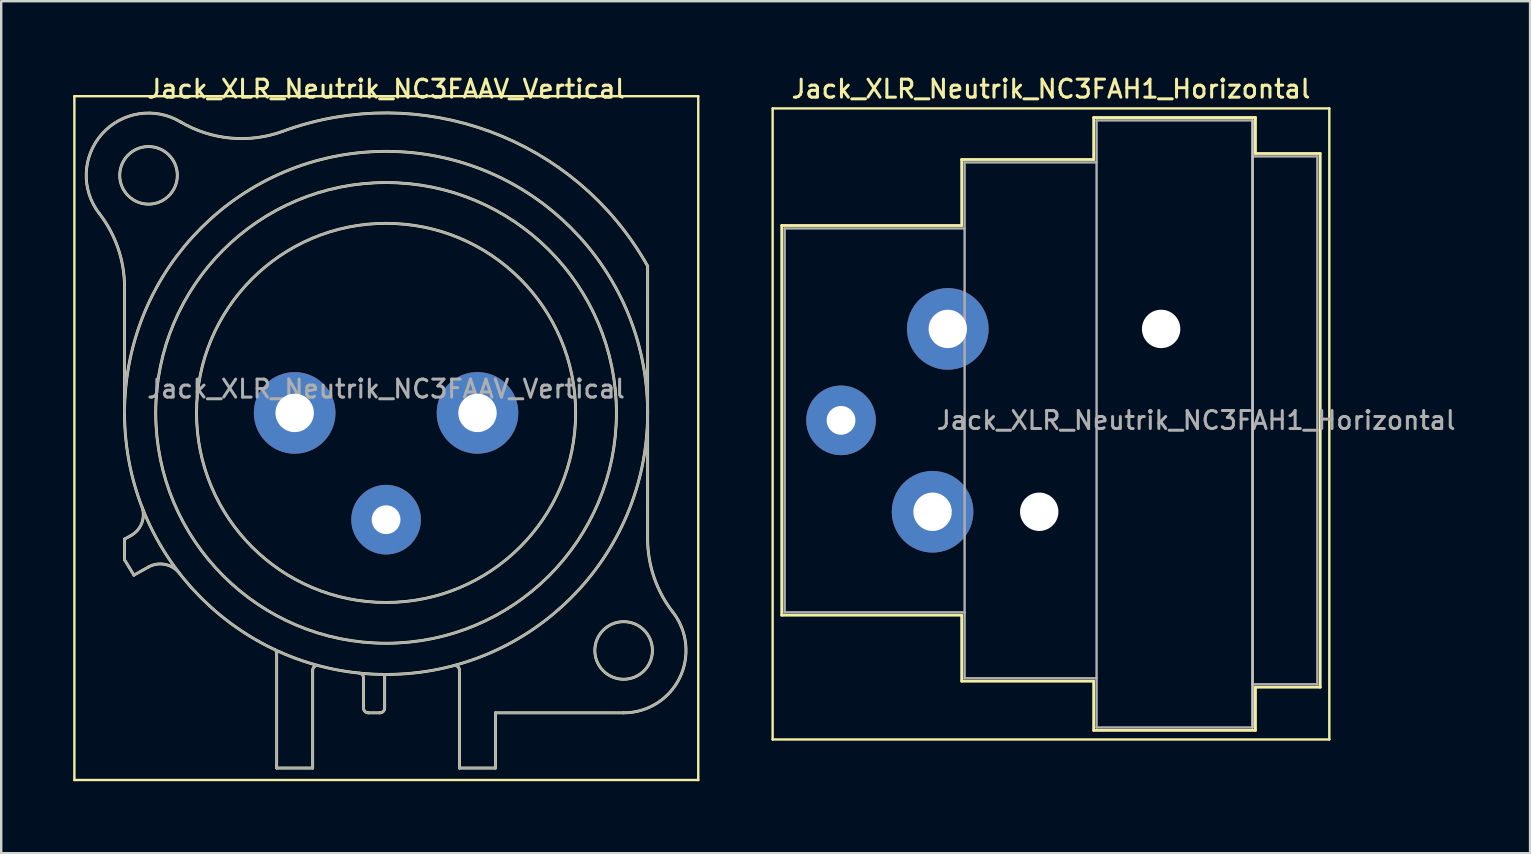
<source format=kicad_pcb>
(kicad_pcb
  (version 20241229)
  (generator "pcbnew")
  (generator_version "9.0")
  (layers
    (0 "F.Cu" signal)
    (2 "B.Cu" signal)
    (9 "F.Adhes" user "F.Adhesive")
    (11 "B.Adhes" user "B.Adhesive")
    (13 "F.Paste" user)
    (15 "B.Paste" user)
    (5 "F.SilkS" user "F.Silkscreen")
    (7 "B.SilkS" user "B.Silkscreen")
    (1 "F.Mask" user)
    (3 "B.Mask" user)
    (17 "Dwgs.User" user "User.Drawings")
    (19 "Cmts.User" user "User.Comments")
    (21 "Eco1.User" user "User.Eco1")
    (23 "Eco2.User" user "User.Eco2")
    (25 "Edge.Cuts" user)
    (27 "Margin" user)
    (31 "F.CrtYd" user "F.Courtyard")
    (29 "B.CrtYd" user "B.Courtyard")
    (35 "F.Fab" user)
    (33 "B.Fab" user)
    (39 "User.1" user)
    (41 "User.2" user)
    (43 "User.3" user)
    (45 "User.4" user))
  (footprint "Jack_XLR_Neutrik_NC3FAH1_Horizontal"
    (layer "F.Cu")
    (at 36.45 10.658)
    (property "Reference" "Jack_XLR_Neutrik_NC3FAH1_Horizontal" (at 4.3 -10 0) (layer "F.SilkS") (effects (font (size 0.75 0.75) (thickness 0.125))))
    (attr through_hole)
    (fp_line (start -7.3 -9.19) (end -7.3 17.11) (stroke (width 0.1) (type solid)) (layer "F.SilkS"))
    (fp_line (start -6.92 -4.31) (end -6.92 11.93) (stroke (width 0.12) (type solid)) (layer "F.SilkS"))
    (fp_line (start 0.58 -7.06) (end 0.58 -4.31) (stroke (width 0.12) (type solid)) (layer "F.SilkS"))
    (fp_line (start 0.58 -4.31) (end -6.92 -4.31) (stroke (width 0.12) (type solid)) (layer "F.SilkS"))
    (fp_line (start 0.58 11.93) (end -6.92 11.93) (stroke (width 0.12) (type solid)) (layer "F.SilkS"))
    (fp_line (start 0.58 11.93) (end 0.58 14.68) (stroke (width 0.12) (type solid)) (layer "F.SilkS"))
    (fp_line (start 6.08 -7.06) (end 0.58 -7.06) (stroke (width 0.12) (type solid)) (layer "F.SilkS"))
    (fp_line (start 6.08 -7.06) (end 6.08 -8.81) (stroke (width 0.12) (type solid)) (layer "F.SilkS"))
    (fp_line (start 6.08 14.68) (end 0.58 14.68) (stroke (width 0.12) (type solid)) (layer "F.SilkS"))
    (fp_line (start 6.08 16.73) (end 6.08 14.68) (stroke (width 0.12) (type solid)) (layer "F.SilkS"))
    (fp_line (start 12.82 -8.81) (end 6.08 -8.81) (stroke (width 0.12) (type solid)) (layer "F.SilkS"))
    (fp_line (start 12.82 -8.81) (end 12.82 -7.31) (stroke (width 0.12) (type solid)) (layer "F.SilkS"))
    (fp_line (start 12.82 -7.31) (end 15.52 -7.31) (stroke (width 0.12) (type solid)) (layer "F.SilkS"))
    (fp_line (start 12.82 14.93) (end 12.82 16.73) (stroke (width 0.12) (type solid)) (layer "F.SilkS"))
    (fp_line (start 12.82 14.93) (end 15.52 14.93) (stroke (width 0.12) (type solid)) (layer "F.SilkS"))
    (fp_line (start 12.82 16.73) (end 6.08 16.73) (stroke (width 0.12) (type solid)) (layer "F.SilkS"))
    (fp_line (start 15.52 -7.31) (end 15.52 14.93) (stroke (width 0.12) (type solid)) (layer "F.SilkS"))
    (fp_line (start 15.9 -9.19) (end -7.3 -9.19) (stroke (width 0.1) (type solid)) (layer "F.SilkS"))
    (fp_line (start 15.9 -9.19) (end 15.9 17.11) (stroke (width 0.1) (type solid)) (layer "F.SilkS"))
    (fp_line (start 15.9 17.11) (end -7.3 17.11) (stroke (width 0.1) (type solid)) (layer "F.SilkS"))
    (fp_line (start 12.7 -8.69) (end 12.7 16.61) (stroke (width 0.1) (type solid)) (layer "Dwgs.User"))
    (fp_line (start -6.8 -4.19) (end -6.8 11.81) (stroke (width 0.1) (type solid)) (layer "F.Fab"))
    (fp_line (start -6.8 11.81) (end 0.7 11.81) (stroke (width 0.1) (type solid)) (layer "F.Fab"))
    (fp_line (start 0.7 -6.94) (end 0.7 14.56) (stroke (width 0.1) (type solid)) (layer "F.Fab"))
    (fp_line (start 0.7 -4.19) (end -6.8 -4.19) (stroke (width 0.1) (type solid)) (layer "F.Fab"))
    (fp_line (start 0.7 14.56) (end 6.2 14.56) (stroke (width 0.1) (type solid)) (layer "F.Fab"))
    (fp_line (start 6.2 -8.69) (end 12.7 -8.69) (stroke (width 0.1) (type solid)) (layer "F.Fab"))
    (fp_line (start 6.2 -6.94) (end 0.7 -6.94) (stroke (width 0.1) (type solid)) (layer "F.Fab"))
    (fp_line (start 6.2 16.61) (end 6.2 -8.69) (stroke (width 0.1) (type solid)) (layer "F.Fab"))
    (fp_line (start 12.7 -8.69) (end 12.7 16.61) (stroke (width 0.1) (type solid)) (layer "F.Fab"))
    (fp_line (start 12.7 -7.19) (end 15.4 -7.19) (stroke (width 0.1) (type solid)) (layer "F.Fab"))
    (fp_line (start 12.7 16.61) (end 6.2 16.61) (stroke (width 0.1) (type solid)) (layer "F.Fab"))
    (fp_line (start 15.4 -7.19) (end 15.4 14.81) (stroke (width 0.1) (type solid)) (layer "F.Fab"))
    (fp_line (start 15.4 14.81) (end 12.7 14.81) (stroke (width 0.1) (type solid)) (layer "F.Fab"))
    (fp_text user "${REFERENCE}" (at 10.35 3.81 0) (layer "F.Fab") (effects (font (size 0.75 0.75) (thickness 0.125))))
    (pad "" np_thru_hole circle (at 3.81 7.62) (size 1.6 1.6) (drill 1.6) (layers "*.Cu" "*.Mask"))
    (pad "" np_thru_hole circle (at 8.89 0) (size 1.6 1.6) (drill 1.6) (layers "*.Cu" "*.Mask"))
    (pad "1" thru_hole circle (at 0 0) (size 3.4 3.4) (drill 1.6) (layers "*.Cu" "*.Mask"))
    (pad "2" thru_hole circle (at -0.635 7.62) (size 3.4 3.4) (drill 1.6) (layers "*.Cu" "*.Mask"))
    (pad "3" thru_hole circle (at -4.45 3.81) (size 2.9 2.9) (drill 1.2) (layers "*.Cu" "*.Mask")))
  (footprint "Jack_XLR_Neutrik_NC3FAAV_Vertical"
    (layer "F.Cu")
    (at 16.85 14.158)
    (property "Reference" "Jack_XLR_Neutrik_NC3FAAV_Vertical" (at -3.81 -13.5 0) (layer "F.SilkS") (effects (font (size 0.75 0.75) (thickness 0.125))))
    (attr through_hole)
    (fp_line (start -16.8 -13.2) (end 9.2 -13.2) (stroke (width 0.1) (type solid)) (layer "F.SilkS"))
    (fp_line (start -16.8 15.3) (end -16.8 -13.2) (stroke (width 0.1) (type solid)) (layer "F.SilkS"))
    (fp_line (start -14.71 0) (end -14.71 -5.24) (stroke (width 0.12) (type solid)) (layer "F.SilkS"))
    (fp_line (start -14.71 5.26) (end -14.44 5.11) (stroke (width 0.12) (type solid)) (layer "F.SilkS"))
    (fp_line (start -14.71 6.12) (end -14.71 5.26) (stroke (width 0.12) (type solid)) (layer "F.SilkS"))
    (fp_line (start -14.32 6.76) (end -14.71 6.12) (stroke (width 0.12) (type solid)) (layer "F.SilkS"))
    (fp_line (start -13.71 6.42) (end -14.32 6.76) (stroke (width 0.12) (type solid)) (layer "F.SilkS"))
    (fp_line (start -8.37 10.03) (end -8.37 14.8) (stroke (width 0.12) (type solid)) (layer "F.SilkS"))
    (fp_line (start -6.87 14.8) (end -8.37 14.8) (stroke (width 0.12) (type solid)) (layer "F.SilkS"))
    (fp_line (start -6.87 14.8) (end -6.87 10.73) (stroke (width 0.12) (type solid)) (layer "F.SilkS"))
    (fp_line (start -4.75 11.04) (end -4.75 12.3) (stroke (width 0.12) (type solid)) (layer "F.SilkS"))
    (fp_line (start -4.07 12.5) (end -4.55 12.5) (stroke (width 0.12) (type solid)) (layer "F.SilkS"))
    (fp_line (start -3.87 10.9) (end -3.87 12.3) (stroke (width 0.12) (type solid)) (layer "F.SilkS"))
    (fp_line (start -0.75 10.73) (end -0.75 10.73) (stroke (width 0.12) (type solid)) (layer "F.SilkS"))
    (fp_line (start -0.75 14.8) (end -0.75 10.73) (stroke (width 0.12) (type solid)) (layer "F.SilkS"))
    (fp_line (start 0.75 12.5) (end 6.09 12.5) (stroke (width 0.12) (type solid)) (layer "F.SilkS"))
    (fp_line (start 0.75 14.8) (end -0.75 14.8) (stroke (width 0.12) (type solid)) (layer "F.SilkS"))
    (fp_line (start 0.75 14.8) (end 0.75 12.5) (stroke (width 0.12) (type solid)) (layer "F.SilkS"))
    (fp_line (start 7.09 5.24) (end 7.09 -6.12) (stroke (width 0.12) (type solid)) (layer "F.SilkS"))
    (fp_line (start 9.2 -13.2) (end 9.2 15.3) (stroke (width 0.1) (type solid)) (layer "F.SilkS"))
    (fp_line (start 9.2 15.3) (end -16.8 15.3) (stroke (width 0.1) (type solid)) (layer "F.SilkS"))
    (fp_arc (start -15.766689 -8.317569) (mid -14.98153 -6.866962) (end -14.71 -5.24) (stroke (width 0.12) (type solid)) (layer "F.SilkS"))
    (fp_arc (start -15.761979 -8.309032) (mid -15.65429 -11.620911) (end -12.38 -12.13) (stroke (width 0.12) (type solid)) (layer "F.SilkS"))
    (fp_arc (start -13.969214 3.951372) (mid -13.999461 4.614043) (end -14.44 5.11) (stroke (width 0.12) (type solid)) (layer "F.SilkS"))
    (fp_arc (start -13.71 6.42) (mid -13.01025 6.315915) (end -12.412202 6.693832) (stroke (width 0.12) (type solid)) (layer "F.SilkS"))
    (fp_arc (start -8.436364 9.870864) (mid -8.385177 9.942924) (end -8.37 10.03) (stroke (width 0.12) (type solid)) (layer "F.SilkS"))
    (fp_arc (start -8.12905 -11.730738) (mid 0.51404 -11.7289) (end 7.09 -6.12) (stroke (width 0.12) (type solid)) (layer "F.SilkS"))
    (fp_arc (start -8.118081 -11.733841) (mid -10.293498 -11.453642) (end -12.38 -12.13) (stroke (width 0.12) (type solid)) (layer "F.SilkS"))
    (fp_arc (start -6.87 10.73) (mid -6.814828 10.588126) (end -6.678303 10.520799) (stroke (width 0.12) (type solid)) (layer "F.SilkS"))
    (fp_arc (start -4.908418 10.84437) (mid -4.794571 10.914136) (end -4.75 11.04) (stroke (width 0.12) (type solid)) (layer "F.SilkS"))
    (fp_arc (start -4.55 12.5) (mid -4.691421 12.441421) (end -4.75 12.3) (stroke (width 0.12) (type solid)) (layer "F.SilkS"))
    (fp_arc (start -3.87 12.3) (mid -3.928579 12.441421) (end -4.07 12.5) (stroke (width 0.12) (type solid)) (layer "F.SilkS"))
    (fp_arc (start -0.949009 10.520288) (mid -0.807671 10.585446) (end -0.75 10.73) (stroke (width 0.12) (type solid)) (layer "F.SilkS"))
    (fp_arc (start 8.141619 8.302858) (mid 8.42587 11.041804) (end 6.09 12.5) (stroke (width 0.12) (type solid)) (layer "F.SilkS"))
    (fp_arc (start 8.14247 8.305283) (mid 7.360446 6.860467) (end 7.09 5.24) (stroke (width 0.12) (type solid)) (layer "F.SilkS"))
    (fp_circle (center -13.71 -9.9) (end -12.51 -9.9) (stroke (width 0.12) (type solid)) (fill no) (layer "F.SilkS"))
    (fp_circle (center -3.81 0) (end 4.09 0) (stroke (width 0.12) (type solid)) (fill no) (layer "F.SilkS"))
    (fp_circle (center -3.81 0) (end 5.79 0) (stroke (width 0.12) (type solid)) (fill no) (layer "F.SilkS"))
    (fp_circle (center -3.81 0) (end 7.09 0) (stroke (width 0.12) (type solid)) (fill no) (layer "F.SilkS"))
    (fp_circle (center 6.09 9.9) (end 7.29 9.9) (stroke (width 0.12) (type solid)) (fill no) (layer "F.SilkS"))
    (fp_line (start -14.71 0) (end -14.71 -5.24) (stroke (width 0.1) (type solid)) (layer "F.Fab"))
    (fp_line (start -14.71 5.26) (end -14.44 5.11) (stroke (width 0.1) (type solid)) (layer "F.Fab"))
    (fp_line (start -14.71 6.12) (end -14.71 5.26) (stroke (width 0.1) (type solid)) (layer "F.Fab"))
    (fp_line (start -14.32 6.76) (end -14.71 6.12) (stroke (width 0.1) (type solid)) (layer "F.Fab"))
    (fp_line (start -13.71 6.42) (end -14.32 6.76) (stroke (width 0.1) (type solid)) (layer "F.Fab"))
    (fp_line (start -8.37 10.03) (end -8.37 14.8) (stroke (width 0.1) (type solid)) (layer "F.Fab"))
    (fp_line (start -6.87 14.8) (end -8.37 14.8) (stroke (width 0.1) (type solid)) (layer "F.Fab"))
    (fp_line (start -6.87 14.8) (end -6.87 10.73) (stroke (width 0.1) (type solid)) (layer "F.Fab"))
    (fp_line (start -4.75 11.04) (end -4.75 12.3) (stroke (width 0.1) (type solid)) (layer "F.Fab"))
    (fp_line (start -4.07 12.5) (end -4.55 12.5) (stroke (width 0.1) (type solid)) (layer "F.Fab"))
    (fp_line (start -3.87 10.9) (end -3.87 12.3) (stroke (width 0.1) (type solid)) (layer "F.Fab"))
    (fp_line (start -0.75 10.73) (end -0.75 10.73) (stroke (width 0.1) (type solid)) (layer "F.Fab"))
    (fp_line (start -0.75 14.8) (end -0.75 10.73) (stroke (width 0.1) (type solid)) (layer "F.Fab"))
    (fp_line (start 0.75 12.5) (end 6.09 12.5) (stroke (width 0.1) (type solid)) (layer "F.Fab"))
    (fp_line (start 0.75 14.8) (end -0.75 14.8) (stroke (width 0.1) (type solid)) (layer "F.Fab"))
    (fp_line (start 0.75 14.8) (end 0.75 12.5) (stroke (width 0.1) (type solid)) (layer "F.Fab"))
    (fp_line (start 7.09 5.24) (end 7.09 -6.12) (stroke (width 0.1) (type solid)) (layer "F.Fab"))
    (fp_arc (start -15.766689 -8.317569) (mid -14.98153 -6.866962) (end -14.71 -5.24) (stroke (width 0.1) (type solid)) (layer "F.Fab"))
    (fp_arc (start -15.761979 -8.309032) (mid -15.65429 -11.620911) (end -12.38 -12.13) (stroke (width 0.1) (type solid)) (layer "F.Fab"))
    (fp_arc (start -13.969214 3.951372) (mid -13.999461 4.614043) (end -14.44 5.11) (stroke (width 0.1) (type solid)) (layer "F.Fab"))
    (fp_arc (start -13.71 6.42) (mid -13.01025 6.315915) (end -12.412202 6.693832) (stroke (width 0.1) (type solid)) (layer "F.Fab"))
    (fp_arc (start -8.436364 9.870864) (mid -8.385177 9.942924) (end -8.37 10.03) (stroke (width 0.1) (type solid)) (layer "F.Fab"))
    (fp_arc (start -8.12905 -11.730738) (mid 0.51404 -11.7289) (end 7.09 -6.12) (stroke (width 0.1) (type solid)) (layer "F.Fab"))
    (fp_arc (start -8.118081 -11.733841) (mid -10.293498 -11.453642) (end -12.38 -12.13) (stroke (width 0.1) (type solid)) (layer "F.Fab"))
    (fp_arc (start -6.87 10.73) (mid -6.814828 10.588126) (end -6.678303 10.520799) (stroke (width 0.1) (type solid)) (layer "F.Fab"))
    (fp_arc (start -4.908418 10.84437) (mid -4.794571 10.914136) (end -4.75 11.04) (stroke (width 0.1) (type solid)) (layer "F.Fab"))
    (fp_arc (start -4.55 12.5) (mid -4.691421 12.441421) (end -4.75 12.3) (stroke (width 0.1) (type solid)) (layer "F.Fab"))
    (fp_arc (start -3.87 12.3) (mid -3.928579 12.441421) (end -4.07 12.5) (stroke (width 0.1) (type solid)) (layer "F.Fab"))
    (fp_arc (start -0.949009 10.520288) (mid -0.807671 10.585446) (end -0.75 10.73) (stroke (width 0.1) (type solid)) (layer "F.Fab"))
    (fp_arc (start 8.141619 8.302858) (mid 8.42587 11.041804) (end 6.09 12.5) (stroke (width 0.1) (type solid)) (layer "F.Fab"))
    (fp_arc (start 8.14247 8.305283) (mid 7.360446 6.860467) (end 7.09 5.24) (stroke (width 0.1) (type solid)) (layer "F.Fab"))
    (fp_circle (center -13.71 -9.9) (end -12.51 -9.9) (stroke (width 0.1) (type solid)) (fill no) (layer "F.Fab"))
    (fp_circle (center -3.81 0) (end 4.09 0) (stroke (width 0.1) (type solid)) (fill no) (layer "F.Fab"))
    (fp_circle (center -3.81 0) (end 5.79 0) (stroke (width 0.1) (type solid)) (fill no) (layer "F.Fab"))
    (fp_circle (center -3.81 0) (end 7.09 0) (stroke (width 0.1) (type solid)) (fill no) (layer "F.Fab"))
    (fp_circle (center 6.09 9.9) (end 7.29 9.9) (stroke (width 0.1) (type solid)) (fill no) (layer "F.Fab"))
    (fp_text user "${REFERENCE}" (at -3.81 -1 0) (layer "F.Fab") (effects (font (size 0.75 0.75) (thickness 0.125))))
    (pad "1" thru_hole circle (at 0 0) (size 3.4 3.4) (drill 1.6) (layers "*.Cu" "*.Mask"))
    (pad "2" thru_hole circle (at -7.62 0) (size 3.4 3.4) (drill 1.6) (layers "*.Cu" "*.Mask"))
    (pad "3" thru_hole circle (at -3.81 4.45) (size 2.9 2.9) (drill 1.2) (layers "*.Cu" "*.Mask")))
  (gr_rect
    (start -3 -3)
    (end 60.716 32.508)
    (stroke (width 0.1) (type default))
    (fill no)
    (layer "Edge.Cuts")))
</source>
